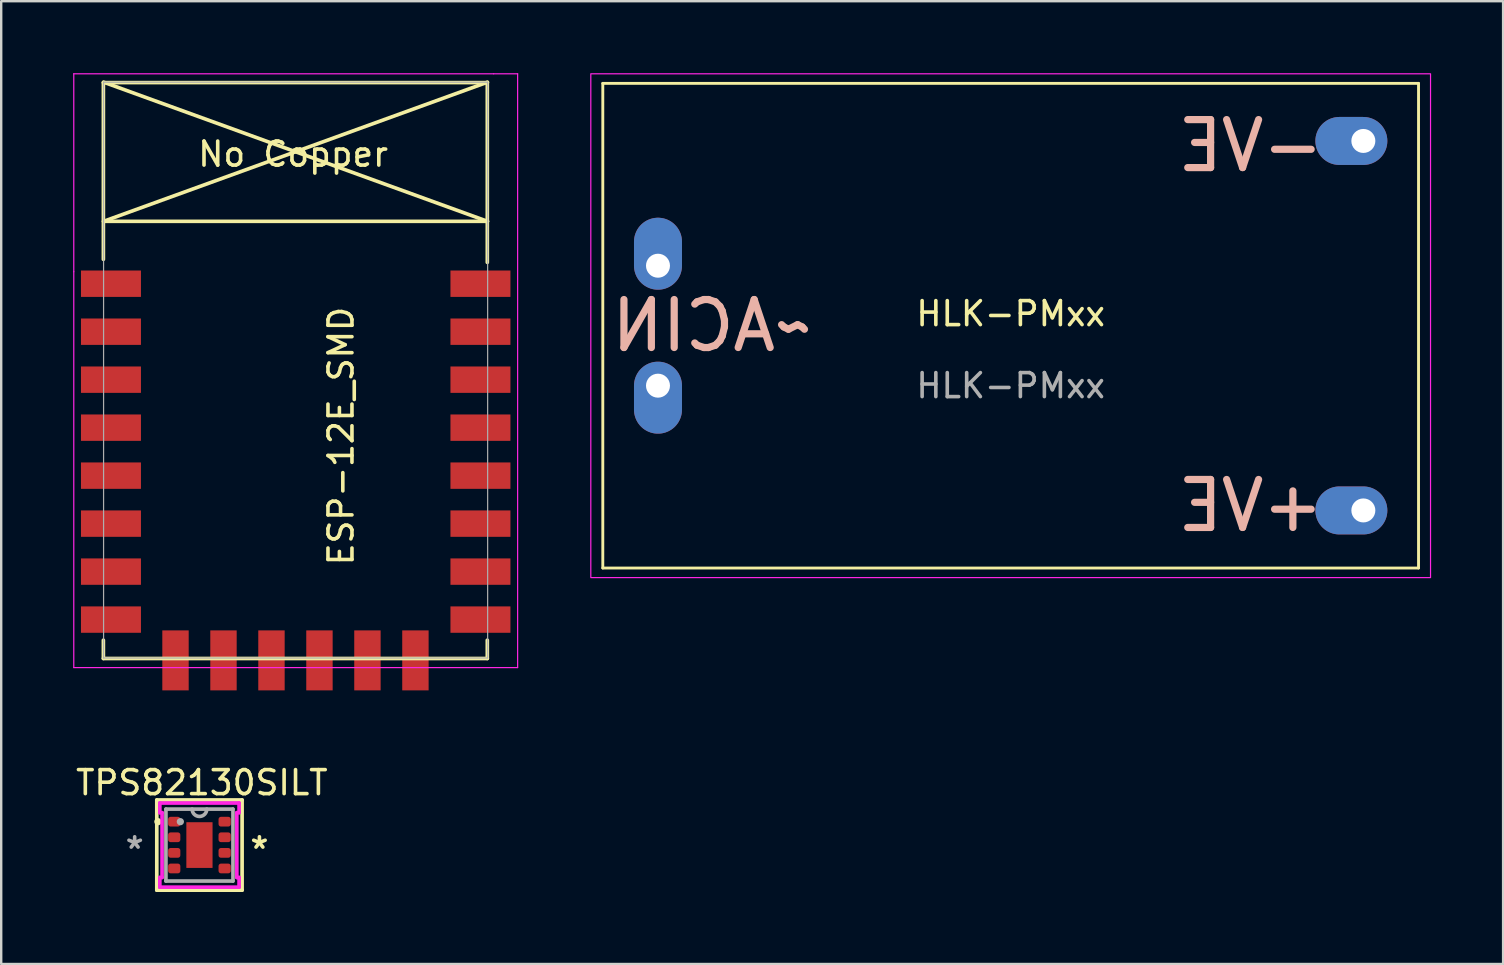
<source format=kicad_pcb>
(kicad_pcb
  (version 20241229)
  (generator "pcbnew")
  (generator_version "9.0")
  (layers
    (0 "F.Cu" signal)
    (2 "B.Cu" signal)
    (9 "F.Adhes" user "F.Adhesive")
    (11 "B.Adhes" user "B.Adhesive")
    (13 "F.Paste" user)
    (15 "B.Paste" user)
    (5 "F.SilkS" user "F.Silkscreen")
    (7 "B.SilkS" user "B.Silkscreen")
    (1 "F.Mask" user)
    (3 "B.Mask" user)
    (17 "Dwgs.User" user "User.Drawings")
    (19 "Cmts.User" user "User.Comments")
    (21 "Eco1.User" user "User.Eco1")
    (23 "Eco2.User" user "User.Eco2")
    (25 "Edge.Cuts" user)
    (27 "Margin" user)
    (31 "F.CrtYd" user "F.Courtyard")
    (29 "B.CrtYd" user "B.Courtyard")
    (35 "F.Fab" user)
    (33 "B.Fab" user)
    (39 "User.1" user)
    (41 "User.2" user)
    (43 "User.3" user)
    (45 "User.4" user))
  (footprint "ESP-12E_SMD"
    (layer "F.Cu")
    (at 2.275 8.775)
    (property "Reference" "ESP-12E_SMD" (at 8.89 6.35 90) (layer "F.SilkS") (effects (font (size 1 1) (thickness 0.15))))
    (attr through_hole)
    (fp_line (start -1.016 -8.382) (end -1.016 -1.016) (stroke (width 0.152) (type solid)) (layer "F.SilkS"))
    (fp_line (start -1.016 -8.382) (end 14.986 -8.382) (stroke (width 0.152) (type solid)) (layer "F.SilkS"))
    (fp_line (start -1.016 14.859) (end -1.016 15.621) (stroke (width 0.152) (type solid)) (layer "F.SilkS"))
    (fp_line (start -1.016 15.621) (end 14.986 15.621) (stroke (width 0.152) (type solid)) (layer "F.SilkS"))
    (fp_line (start -1.008 -8.4) (end 14.992 -2.6) (stroke (width 0.152) (type solid)) (layer "F.SilkS"))
    (fp_line (start -1.008 -2.6) (end 14.992 -2.6) (stroke (width 0.152) (type solid)) (layer "F.SilkS"))
    (fp_line (start 14.986 -8.382) (end 14.986 -0.889) (stroke (width 0.152) (type solid)) (layer "F.SilkS"))
    (fp_line (start 14.986 15.621) (end 14.986 14.859) (stroke (width 0.152) (type solid)) (layer "F.SilkS"))
    (fp_line (start 14.992 -8.4) (end -1.008 -2.6) (stroke (width 0.152) (type solid)) (layer "F.SilkS"))
    (fp_line (start -2.25 -8.75) (end 15.25 -8.75) (stroke (width 0.05) (type solid)) (layer "F.CrtYd"))
    (fp_line (start -2.25 -0.5) (end -2.25 -8.75) (stroke (width 0.05) (type solid)) (layer "F.CrtYd"))
    (fp_line (start -2.25 16) (end -2.25 -0.5) (stroke (width 0.05) (type solid)) (layer "F.CrtYd"))
    (fp_line (start 15.25 -8.75) (end 16.25 -8.75) (stroke (width 0.05) (type solid)) (layer "F.CrtYd"))
    (fp_line (start 16.25 -8.75) (end 16.25 16) (stroke (width 0.05) (type solid)) (layer "F.CrtYd"))
    (fp_line (start 16.25 16) (end -2.25 16) (stroke (width 0.05) (type solid)) (layer "F.CrtYd"))
    (fp_line (start -1.008 -8.4) (end 14.992 -8.4) (stroke (width 0.05) (type solid)) (layer "F.Fab"))
    (fp_line (start -1.008 15.6) (end -1.008 -8.4) (stroke (width 0.05) (type solid)) (layer "F.Fab"))
    (fp_line (start 14.992 15.6) (end -1.008 15.6) (stroke (width 0.05) (type solid)) (layer "F.Fab"))
    (fp_line (start 15 -8.4) (end 15 15.6) (stroke (width 0.05) (type solid)) (layer "F.Fab"))
    (fp_text user "No Copper" (at 6.892 -5.4 0) (layer "F.SilkS") (effects (font (size 1 1) (thickness 0.15))))
    (pad "1" smd rect (at 0 0) (size 2.5 1.1) (drill (offset -0.7 0)) (layers "F.Cu" "F.Mask" "F.Paste"))
    (pad "2" smd rect (at 0 2) (size 2.5 1.1) (drill (offset -0.7 0)) (layers "F.Cu" "F.Mask" "F.Paste"))
    (pad "3" smd rect (at 0 4) (size 2.5 1.1) (drill (offset -0.7 0)) (layers "F.Cu" "F.Mask" "F.Paste"))
    (pad "4" smd rect (at 0 6) (size 2.5 1.1) (drill (offset -0.7 0)) (layers "F.Cu" "F.Mask" "F.Paste"))
    (pad "5" smd rect (at 0 8) (size 2.5 1.1) (drill (offset -0.7 0)) (layers "F.Cu" "F.Mask" "F.Paste"))
    (pad "6" smd rect (at 0 10) (size 2.5 1.1) (drill (offset -0.7 0)) (layers "F.Cu" "F.Mask" "F.Paste"))
    (pad "7" smd rect (at 0 12) (size 2.5 1.1) (drill (offset -0.7 0)) (layers "F.Cu" "F.Mask" "F.Paste"))
    (pad "8" smd rect (at 0 14) (size 2.5 1.1) (drill (offset -0.7 0)) (layers "F.Cu" "F.Mask" "F.Paste"))
    (pad "9" smd rect (at 14 14) (size 2.5 1.1) (drill (offset 0.7 0)) (layers "F.Cu" "F.Mask" "F.Paste"))
    (pad "10" smd rect (at 14 12) (size 2.5 1.1) (drill (offset 0.7 0)) (layers "F.Cu" "F.Mask" "F.Paste"))
    (pad "11" smd rect (at 14 10) (size 2.5 1.1) (drill (offset 0.7 0)) (layers "F.Cu" "F.Mask" "F.Paste"))
    (pad "12" smd rect (at 14 8) (size 2.5 1.1) (drill (offset 0.7 0)) (layers "F.Cu" "F.Mask" "F.Paste"))
    (pad "13" smd rect (at 14 6) (size 2.5 1.1) (drill (offset 0.7 0)) (layers "F.Cu" "F.Mask" "F.Paste"))
    (pad "14" smd rect (at 14 4) (size 2.5 1.1) (drill (offset 0.7 0)) (layers "F.Cu" "F.Mask" "F.Paste"))
    (pad "15" smd rect (at 14 2) (size 2.5 1.1) (drill (offset 0.7 0)) (layers "F.Cu" "F.Mask" "F.Paste"))
    (pad "16" smd rect (at 14 0) (size 2.5 1.1) (drill (offset 0.7 0)) (layers "F.Cu" "F.Mask" "F.Paste"))
    (pad "17" smd rect (at 1.99 15 90) (size 2.5 1.1) (drill (offset -0.7 0)) (layers "F.Cu" "F.Mask" "F.Paste"))
    (pad "18" smd rect (at 3.99 15 90) (size 2.5 1.1) (drill (offset -0.7 0)) (layers "F.Cu" "F.Mask" "F.Paste"))
    (pad "19" smd rect (at 5.99 15 90) (size 2.5 1.1) (drill (offset -0.7 0)) (layers "F.Cu" "F.Mask" "F.Paste"))
    (pad "20" smd rect (at 7.99 15 90) (size 2.5 1.1) (drill (offset -0.7 0)) (layers "F.Cu" "F.Mask" "F.Paste"))
    (pad "21" smd rect (at 9.99 15 90) (size 2.5 1.1) (drill (offset -0.7 0)) (layers "F.Cu" "F.Mask" "F.Paste"))
    (pad "22" smd rect (at 11.99 15 90) (size 2.5 1.1) (drill (offset -0.7 0)) (layers "F.Cu" "F.Mask" "F.Paste")))
  (footprint "TPS82130SILT"
    (layer "F.Cu")
    (at 5.263 32.173)
    (property "Reference" "TPS82130SILT" (at 0.1 -2.6 0) (layer "F.SilkS") (effects (font (size 1 1) (thickness 0.15))))
    (attr through_hole)
    (fp_line (start -1.778 -1.88) (end -1.778 1.88) (stroke (width 0.152) (type solid)) (layer "F.SilkS"))
    (fp_line (start -1.778 1.88) (end 1.778 1.88) (stroke (width 0.152) (type solid)) (layer "F.SilkS"))
    (fp_line (start 1.778 -1.88) (end -1.778 -1.88) (stroke (width 0.152) (type solid)) (layer "F.SilkS"))
    (fp_line (start 1.778 1.88) (end 1.778 -1.88) (stroke (width 0.152) (type solid)) (layer "F.SilkS"))
    (fp_circle (center -1.731 -0.975) (end -1.654 -0.975) (stroke (width 0.152) (type solid)) (fill no) (layer "F.SilkS"))
    (fp_line (start -0.471 -0.878) (end -0.471 -0.494) (stroke (width 0.152) (type solid)) (layer "F.Paste"))
    (fp_line (start -0.471 -0.494) (end -0.241 -0.494) (stroke (width 0.152) (type solid)) (layer "F.Paste"))
    (fp_line (start -0.471 -0.294) (end -0.471 0.294) (stroke (width 0.152) (type solid)) (layer "F.Paste"))
    (fp_line (start -0.471 0.294) (end -0.241 0.294) (stroke (width 0.152) (type solid)) (layer "F.Paste"))
    (fp_line (start -0.471 0.494) (end -0.471 0.878) (stroke (width 0.152) (type solid)) (layer "F.Paste"))
    (fp_line (start -0.471 0.878) (end -0.1 0.878) (stroke (width 0.152) (type solid)) (layer "F.Paste"))
    (fp_line (start -0.241 -0.494) (end -0.241 -0.494) (stroke (width 0.152) (type solid)) (layer "F.Paste"))
    (fp_line (start -0.241 -0.494) (end -0.1 -0.635) (stroke (width 0.152) (type solid)) (layer "F.Paste"))
    (fp_line (start -0.241 -0.294) (end -0.471 -0.294) (stroke (width 0.152) (type solid)) (layer "F.Paste"))
    (fp_line (start -0.241 -0.294) (end -0.241 -0.294) (stroke (width 0.152) (type solid)) (layer "F.Paste"))
    (fp_line (start -0.241 0.294) (end -0.241 0.294) (stroke (width 0.152) (type solid)) (layer "F.Paste"))
    (fp_line (start -0.241 0.294) (end -0.1 0.152) (stroke (width 0.152) (type solid)) (layer "F.Paste"))
    (fp_line (start -0.241 0.494) (end -0.471 0.494) (stroke (width 0.152) (type solid)) (layer "F.Paste"))
    (fp_line (start -0.241 0.494) (end -0.241 0.494) (stroke (width 0.152) (type solid)) (layer "F.Paste"))
    (fp_line (start -0.1 -0.878) (end -0.471 -0.878) (stroke (width 0.152) (type solid)) (layer "F.Paste"))
    (fp_line (start -0.1 -0.635) (end -0.1 -0.878) (stroke (width 0.152) (type solid)) (layer "F.Paste"))
    (fp_line (start -0.1 -0.635) (end -0.1 -0.635) (stroke (width 0.152) (type solid)) (layer "F.Paste"))
    (fp_line (start -0.1 -0.152) (end -0.241 -0.294) (stroke (width 0.152) (type solid)) (layer "F.Paste"))
    (fp_line (start -0.1 -0.152) (end -0.1 -0.152) (stroke (width 0.152) (type solid)) (layer "F.Paste"))
    (fp_line (start -0.1 0.152) (end -0.1 -0.152) (stroke (width 0.152) (type solid)) (layer "F.Paste"))
    (fp_line (start -0.1 0.152) (end -0.1 0.152) (stroke (width 0.152) (type solid)) (layer "F.Paste"))
    (fp_line (start -0.1 0.635) (end -0.241 0.494) (stroke (width 0.152) (type solid)) (layer "F.Paste"))
    (fp_line (start -0.1 0.635) (end -0.1 0.635) (stroke (width 0.152) (type solid)) (layer "F.Paste"))
    (fp_line (start -0.1 0.878) (end -0.1 0.635) (stroke (width 0.152) (type solid)) (layer "F.Paste"))
    (fp_line (start 0.1 -0.878) (end 0.1 -0.635) (stroke (width 0.152) (type solid)) (layer "F.Paste"))
    (fp_line (start 0.1 -0.635) (end 0.1 -0.635) (stroke (width 0.152) (type solid)) (layer "F.Paste"))
    (fp_line (start 0.1 -0.635) (end 0.241 -0.494) (stroke (width 0.152) (type solid)) (layer "F.Paste"))
    (fp_line (start 0.1 -0.152) (end 0.1 -0.152) (stroke (width 0.152) (type solid)) (layer "F.Paste"))
    (fp_line (start 0.1 -0.152) (end 0.1 0.152) (stroke (width 0.152) (type solid)) (layer "F.Paste"))
    (fp_line (start 0.1 0.152) (end 0.1 0.152) (stroke (width 0.152) (type solid)) (layer "F.Paste"))
    (fp_line (start 0.1 0.152) (end 0.241 0.294) (stroke (width 0.152) (type solid)) (layer "F.Paste"))
    (fp_line (start 0.1 0.635) (end 0.1 0.635) (stroke (width 0.152) (type solid)) (layer "F.Paste"))
    (fp_line (start 0.1 0.635) (end 0.1 0.878) (stroke (width 0.152) (type solid)) (layer "F.Paste"))
    (fp_line (start 0.1 0.878) (end 0.471 0.878) (stroke (width 0.152) (type solid)) (layer "F.Paste"))
    (fp_line (start 0.241 -0.494) (end 0.241 -0.494) (stroke (width 0.152) (type solid)) (layer "F.Paste"))
    (fp_line (start 0.241 -0.494) (end 0.471 -0.494) (stroke (width 0.152) (type solid)) (layer "F.Paste"))
    (fp_line (start 0.241 -0.294) (end 0.1 -0.152) (stroke (width 0.152) (type solid)) (layer "F.Paste"))
    (fp_line (start 0.241 -0.294) (end 0.241 -0.294) (stroke (width 0.152) (type solid)) (layer "F.Paste"))
    (fp_line (start 0.241 0.294) (end 0.241 0.294) (stroke (width 0.152) (type solid)) (layer "F.Paste"))
    (fp_line (start 0.241 0.294) (end 0.471 0.294) (stroke (width 0.152) (type solid)) (layer "F.Paste"))
    (fp_line (start 0.241 0.494) (end 0.1 0.635) (stroke (width 0.152) (type solid)) (layer "F.Paste"))
    (fp_line (start 0.241 0.494) (end 0.241 0.494) (stroke (width 0.152) (type solid)) (layer "F.Paste"))
    (fp_line (start 0.471 -0.878) (end 0.1 -0.878) (stroke (width 0.152) (type solid)) (layer "F.Paste"))
    (fp_line (start 0.471 -0.494) (end 0.471 -0.878) (stroke (width 0.152) (type solid)) (layer "F.Paste"))
    (fp_line (start 0.471 -0.294) (end 0.241 -0.294) (stroke (width 0.152) (type solid)) (layer "F.Paste"))
    (fp_line (start 0.471 0.294) (end 0.471 -0.294) (stroke (width 0.152) (type solid)) (layer "F.Paste"))
    (fp_line (start 0.471 0.494) (end 0.241 0.494) (stroke (width 0.152) (type solid)) (layer "F.Paste"))
    (fp_line (start 0.471 0.878) (end 0.471 0.494) (stroke (width 0.152) (type solid)) (layer "F.Paste"))
    (fp_line (start -1.651 -1.753) (end 1.651 -1.753) (stroke (width 0.152) (type solid)) (layer "F.CrtYd"))
    (fp_line (start -1.651 -1.351) (end -1.651 -1.753) (stroke (width 0.152) (type solid)) (layer "F.CrtYd"))
    (fp_line (start -1.651 1.351) (end -1.558 1.351) (stroke (width 0.152) (type solid)) (layer "F.CrtYd"))
    (fp_line (start -1.651 1.753) (end -1.651 1.351) (stroke (width 0.152) (type solid)) (layer "F.CrtYd"))
    (fp_line (start -1.558 -1.351) (end -1.651 -1.351) (stroke (width 0.152) (type solid)) (layer "F.CrtYd"))
    (fp_line (start -1.558 1.351) (end -1.558 -1.351) (stroke (width 0.152) (type solid)) (layer "F.CrtYd"))
    (fp_line (start 1.558 -1.351) (end 1.558 1.351) (stroke (width 0.152) (type solid)) (layer "F.CrtYd"))
    (fp_line (start 1.558 1.351) (end 1.651 1.351) (stroke (width 0.152) (type solid)) (layer "F.CrtYd"))
    (fp_line (start 1.651 -1.753) (end 1.651 -1.351) (stroke (width 0.152) (type solid)) (layer "F.CrtYd"))
    (fp_line (start 1.651 -1.351) (end 1.558 -1.351) (stroke (width 0.152) (type solid)) (layer "F.CrtYd"))
    (fp_line (start 1.651 1.351) (end 1.651 1.753) (stroke (width 0.152) (type solid)) (layer "F.CrtYd"))
    (fp_line (start 1.651 1.753) (end -1.651 1.753) (stroke (width 0.152) (type solid)) (layer "F.CrtYd"))
    (fp_line (start -1.397 -1.499) (end -1.397 1.499) (stroke (width 0.152) (type solid)) (layer "F.Fab"))
    (fp_line (start -1.397 1.499) (end 1.397 1.499) (stroke (width 0.152) (type solid)) (layer "F.Fab"))
    (fp_line (start 1.397 -1.499) (end -1.397 -1.499) (stroke (width 0.152) (type solid)) (layer "F.Fab"))
    (fp_line (start 1.397 1.499) (end 1.397 -1.499) (stroke (width 0.152) (type solid)) (layer "F.Fab"))
    (fp_arc (start 0.3048 -1.4986) (mid 0 -1.1938) (end -0.3048 -1.4986) (stroke (width 0.1524) (type solid)) (layer "F.Fab"))
    (fp_circle (center -0.796 -0.975) (end -0.72 -0.975) (stroke (width 0.152) (type solid)) (fill no) (layer "F.Fab"))
    (fp_text user "*" (at 2.5 0.2 0) (layer "F.SilkS") (effects (font (size 1 1) (thickness 0.15))))
    (fp_text user "*" (at -2.7 0.2 0) (layer "F.Fab") (effects (font (size 1 1) (thickness 0.15))))
    (pad "1" smd roundrect (at -1.05 -0.975) (size 0.508 0.406) (layers "F.Cu" "F.Mask" "F.Paste") (roundrect_rratio 0.25))
    (pad "2" smd roundrect (at -1.05 -0.325) (size 0.508 0.406) (layers "F.Cu" "F.Mask" "F.Paste") (roundrect_rratio 0.25))
    (pad "3" smd roundrect (at -1.05 0.325) (size 0.508 0.406) (layers "F.Cu" "F.Mask" "F.Paste") (roundrect_rratio 0.25))
    (pad "4" smd roundrect (at -1.05 0.975) (size 0.508 0.406) (layers "F.Cu" "F.Mask" "F.Paste") (roundrect_rratio 0.25))
    (pad "5" smd roundrect (at 1.05 0.975) (size 0.508 0.406) (layers "F.Cu" "F.Mask" "F.Paste") (roundrect_rratio 0.25))
    (pad "6" smd roundrect (at 1.05 0.325) (size 0.508 0.406) (layers "F.Cu" "F.Mask" "F.Paste") (roundrect_rratio 0.25))
    (pad "7" smd roundrect (at 1.05 -0.325) (size 0.508 0.406) (layers "F.Cu" "F.Mask" "F.Paste") (roundrect_rratio 0.25))
    (pad "8" smd roundrect (at 1.05 -0.975) (size 0.508 0.406) (layers "F.Cu" "F.Mask" "F.Paste") (roundrect_rratio 0.25))
    (pad "9" smd rect (at 0 0) (size 1.092 1.905) (layers "F.Cu" "F.Mask")))
  (footprint "HLK-PMxx"
    (layer "F.Cu")
    (at 39.075 10.525)
    (property "Reference" "HLK-PMxx" (at 0 -0.5 0) (unlocked yes) (layer "F.SilkS") (effects (font (size 1 1) (thickness 0.15))))
    (attr through_hole)
    (fp_line (start -17 -10.1) (end -17 10.1) (stroke (width 0.12) (type default)) (layer "F.SilkS"))
    (fp_line (start -17 -10.1) (end 17 -10.1) (stroke (width 0.12) (type default)) (layer "F.SilkS"))
    (fp_line (start 17 10.1) (end -17 10.1) (stroke (width 0.12) (type default)) (layer "F.SilkS"))
    (fp_line (start 17 10.1) (end 17 -10.1) (stroke (width 0.12) (type default)) (layer "F.SilkS"))
    (fp_rect (start -17.5 -10.5) (end 17.5 10.5) (stroke (width 0.05) (type default)) (fill no) (layer "F.CrtYd"))
    (fp_text user "+VE" (at 10 7.5 0) (unlocked yes) (layer "B.SilkS") (effects (font (size 2 2) (thickness 0.3)) (justify mirror)))
    (fp_text user "~ACIN" (at -12.5 0 0) (unlocked yes) (layer "B.SilkS") (effects (font (size 2 2) (thickness 0.3)) (justify mirror)))
    (fp_text user "-VE" (at 10 -7.5 0) (unlocked yes) (layer "B.SilkS") (effects (font (size 2 2) (thickness 0.3)) (justify mirror)))
    (fp_text user "${REFERENCE}" (at 0 2.5 0) (unlocked yes) (layer "F.Fab") (effects (font (size 1 1) (thickness 0.15))))
    (pad "1" thru_hole oval (at -14.7 -2.5) (size 2 3) (drill 1 (offset 0 -0.5)) (layers "*.Cu" "*.Mask"))
    (pad "2" thru_hole oval (at -14.7 2.5 180) (size 2 3) (drill 1 (offset 0 -0.5)) (layers "*.Cu" "*.Mask"))
    (pad "3" thru_hole oval (at 14.7 -7.7 90) (size 2 3) (drill 1 (offset 0 -0.5)) (layers "*.Cu" "*.Mask"))
    (pad "4" thru_hole oval (at 14.7 7.7 90) (size 2 3) (drill 1 (offset 0 -0.5)) (layers "*.Cu" "*.Mask")))
  (gr_rect
    (start -3 -3)
    (end 59.6 37.129)
    (stroke (width 0.1) (type default))
    (fill no)
    (layer "Edge.Cuts")))
</source>
